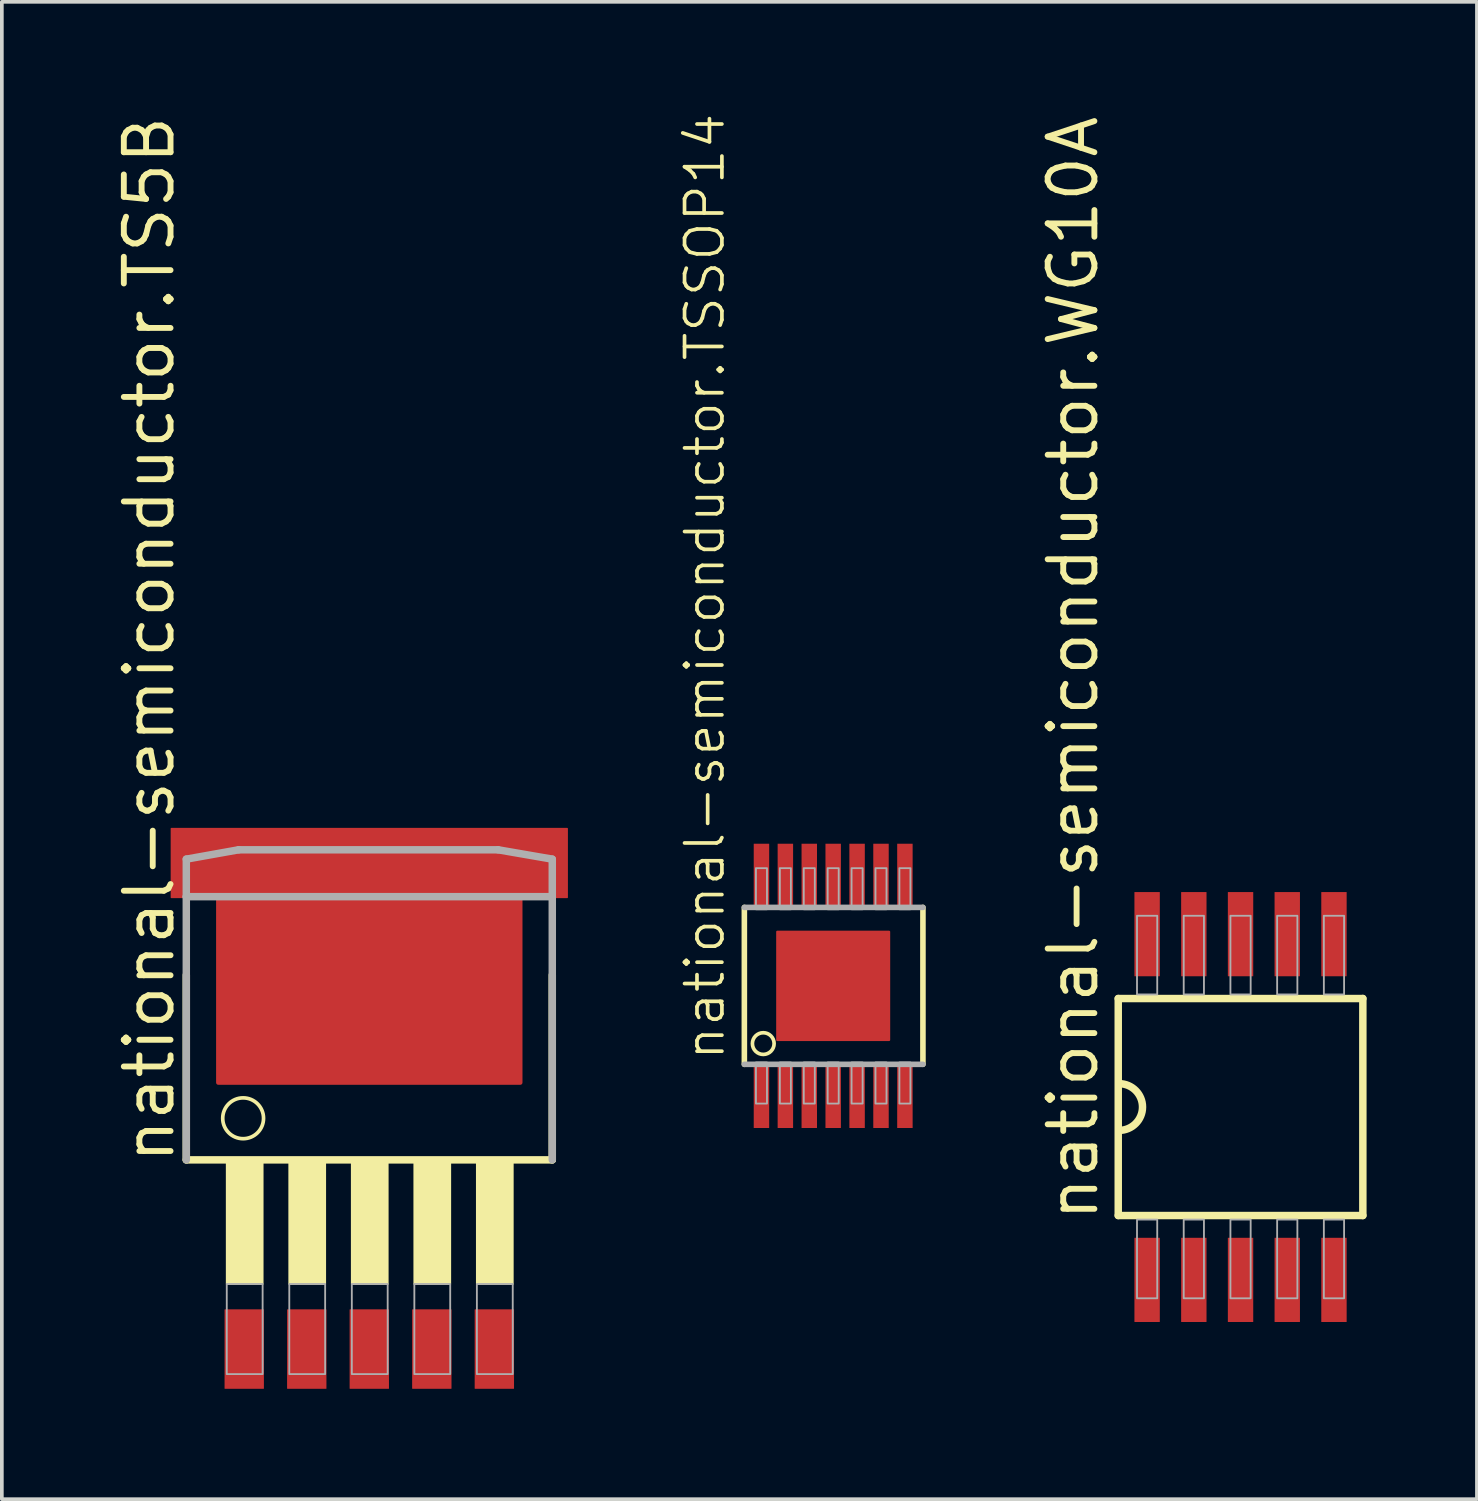
<source format=kicad_pcb>
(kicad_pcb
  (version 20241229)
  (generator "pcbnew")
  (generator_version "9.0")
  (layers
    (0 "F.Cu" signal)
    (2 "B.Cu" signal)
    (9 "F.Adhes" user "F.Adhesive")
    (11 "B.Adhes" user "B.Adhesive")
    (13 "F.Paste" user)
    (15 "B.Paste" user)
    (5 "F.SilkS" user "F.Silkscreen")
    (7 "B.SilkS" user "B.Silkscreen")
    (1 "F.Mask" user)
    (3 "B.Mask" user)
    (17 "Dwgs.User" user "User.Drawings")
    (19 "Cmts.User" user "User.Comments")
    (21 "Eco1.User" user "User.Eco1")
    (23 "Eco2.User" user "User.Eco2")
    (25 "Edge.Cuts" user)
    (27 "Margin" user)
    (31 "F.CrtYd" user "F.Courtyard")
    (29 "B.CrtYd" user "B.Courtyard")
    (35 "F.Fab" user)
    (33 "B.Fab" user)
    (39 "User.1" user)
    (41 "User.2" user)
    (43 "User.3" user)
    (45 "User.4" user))
  (footprint "national-semiconductor.TS5B"
    (layer "F.Cu")
    (at 6.99 27.078)
    (property "Reference" "national-semiconductor.TS5B" (at -5.24 1.572 90) (layer "F.SilkS") (effects (font (size 1.27 1.27) (thickness 0.16)) (justify left bottom)))
    (attr smd)
    (fp_line (start -4.975 1.405) (end -4.975 -3.62) (stroke (width 0.203) (type default)) (layer "F.SilkS"))
    (fp_line (start 4.975 -3.62) (end 4.975 1.405) (stroke (width 0.203) (type default)) (layer "F.SilkS"))
    (fp_line (start 4.975 1.405) (end -4.975 1.405) (stroke (width 0.203) (type default)) (layer "F.SilkS"))
    (fp_rect (start -3.875 4.78) (end -2.9 1.455) (stroke (width 0.05) (type default)) (fill yes) (layer "F.SilkS"))
    (fp_rect (start -2.175 4.78) (end -1.2 1.455) (stroke (width 0.05) (type default)) (fill yes) (layer "F.SilkS"))
    (fp_rect (start -0.475 4.78) (end 0.5 1.455) (stroke (width 0.05) (type default)) (fill yes) (layer "F.SilkS"))
    (fp_rect (start 1.225 4.78) (end 2.2 1.455) (stroke (width 0.05) (type default)) (fill yes) (layer "F.SilkS"))
    (fp_rect (start 2.925 4.78) (end 3.9 1.455) (stroke (width 0.05) (type default)) (fill yes) (layer "F.SilkS"))
    (fp_circle (center -3.43 0.275) (end -2.875 0.275) (stroke (width 0.1) (type default)) (fill no) (layer "F.SilkS"))
    (fp_line (start -4.975 -6.77) (end -3.55 -7.025) (stroke (width 0.203) (type default)) (layer "F.Fab"))
    (fp_line (start -4.975 -5.75) (end -4.975 -6.77) (stroke (width 0.203) (type default)) (layer "F.Fab"))
    (fp_line (start -4.975 -5.75) (end 4.975 -5.75) (stroke (width 0.203) (type default)) (layer "F.Fab"))
    (fp_line (start -4.975 1.405) (end -4.975 -5.75) (stroke (width 0.203) (type default)) (layer "F.Fab"))
    (fp_line (start -3.55 -7.025) (end 3.5 -7.025) (stroke (width 0.203) (type default)) (layer "F.Fab"))
    (fp_line (start 3.5 -7.025) (end 4.975 -6.77) (stroke (width 0.203) (type default)) (layer "F.Fab"))
    (fp_line (start 4.975 -6.77) (end 4.975 1.405) (stroke (width 0.203) (type default)) (layer "F.Fab"))
    (fp_rect (start -3.875 7.23) (end -2.9 4.78) (stroke (width 0.05) (type default)) (fill no) (layer "F.Fab"))
    (fp_rect (start -2.175 7.23) (end -1.2 4.78) (stroke (width 0.05) (type default)) (fill no) (layer "F.Fab"))
    (fp_rect (start -0.475 7.23) (end 0.5 4.78) (stroke (width 0.05) (type default)) (fill no) (layer "F.Fab"))
    (fp_rect (start 1.225 7.23) (end 2.2 4.78) (stroke (width 0.05) (type default)) (fill no) (layer "F.Fab"))
    (fp_rect (start 2.925 7.23) (end 3.9 4.78) (stroke (width 0.05) (type default)) (fill no) (layer "F.Fab"))
    (pad "1" smd roundrect (at -3.4 6.55 270) (size 2.16 1.07) (layers "F.Cu" "F.Mask" "F.Paste") (roundrect_rratio 0.01))
    (pad "2" smd roundrect (at -1.7 6.55 270) (size 2.16 1.07) (layers "F.Cu" "F.Mask" "F.Paste") (roundrect_rratio 0.01))
    (pad "3" smd roundrect (at 0 6.55 270) (size 2.16 1.07) (layers "F.Cu" "F.Mask" "F.Paste") (roundrect_rratio 0.01))
    (pad "4" smd roundrect (at 1.7 6.55 270) (size 2.16 1.07) (layers "F.Cu" "F.Mask" "F.Paste") (roundrect_rratio 0.01))
    (pad "5" smd roundrect (at 3.4 6.55 270) (size 2.16 1.07) (layers "F.Cu" "F.Mask" "F.Paste") (roundrect_rratio 0.01))
    (pad "TH@1" smd roundrect (at 0 -6.665 270) (size 1.91 10.8) (layers "F.Cu" "F.Mask" "F.Paste") (roundrect_rratio 0.01))
    (pad "TH@2" smd roundrect (at 0 -3.635 270) (size 6 8.33) (layers "F.Cu" "F.Mask" "F.Paste") (roundrect_rratio 0.01)))
  (footprint "national-semiconductor.WG10A"
    (layer "F.Cu")
    (at 30.677 27.047)
    (property "Reference" "national-semiconductor.WG10A" (at -3.81 3.175 90) (layer "F.SilkS") (effects (font (size 1.27 1.27) (thickness 0.16)) (justify left bottom)))
    (attr smd)
    (fp_line (start -3.325 -2.95) (end 3.325 -2.95) (stroke (width 0.203) (type default)) (layer "F.SilkS"))
    (fp_line (start -3.325 2.95) (end -3.325 -2.95) (stroke (width 0.203) (type default)) (layer "F.SilkS"))
    (fp_line (start 3.325 -2.95) (end 3.325 2.95) (stroke (width 0.203) (type default)) (layer "F.SilkS"))
    (fp_line (start 3.325 2.95) (end -3.325 2.95) (stroke (width 0.203) (type default)) (layer "F.SilkS"))
    (fp_arc (start -3.3 -0.635) (mid -2.665 0) (end -3.3 0.635) (stroke (width 0.2032) (type default)) (layer "F.SilkS"))
    (fp_rect (start -2.815 -3.06) (end -2.265 -5.2) (stroke (width 0.05) (type default)) (fill no) (layer "F.Fab"))
    (fp_rect (start -2.815 5.2) (end -2.265 3.06) (stroke (width 0.05) (type default)) (fill no) (layer "F.Fab"))
    (fp_rect (start -1.545 -3.06) (end -0.995 -5.2) (stroke (width 0.05) (type default)) (fill no) (layer "F.Fab"))
    (fp_rect (start -1.545 5.2) (end -0.995 3.06) (stroke (width 0.05) (type default)) (fill no) (layer "F.Fab"))
    (fp_rect (start -0.275 -3.06) (end 0.275 -5.2) (stroke (width 0.05) (type default)) (fill no) (layer "F.Fab"))
    (fp_rect (start -0.275 5.2) (end 0.275 3.06) (stroke (width 0.05) (type default)) (fill no) (layer "F.Fab"))
    (fp_rect (start 0.995 -3.06) (end 1.545 -5.2) (stroke (width 0.05) (type default)) (fill no) (layer "F.Fab"))
    (fp_rect (start 0.995 5.2) (end 1.545 3.06) (stroke (width 0.05) (type default)) (fill no) (layer "F.Fab"))
    (fp_rect (start 2.265 -3.06) (end 2.815 -5.2) (stroke (width 0.05) (type default)) (fill no) (layer "F.Fab"))
    (fp_rect (start 2.265 5.2) (end 2.815 3.06) (stroke (width 0.05) (type default)) (fill no) (layer "F.Fab"))
    (pad "1" smd roundrect (at -2.54 4.7) (size 0.69 2.29) (layers "F.Cu" "F.Mask" "F.Paste") (roundrect_rratio 0.01))
    (pad "2" smd roundrect (at -1.27 4.7) (size 0.69 2.29) (layers "F.Cu" "F.Mask" "F.Paste") (roundrect_rratio 0.01))
    (pad "3" smd roundrect (at 0 4.7) (size 0.69 2.29) (layers "F.Cu" "F.Mask" "F.Paste") (roundrect_rratio 0.01))
    (pad "4" smd roundrect (at 1.27 4.7) (size 0.69 2.29) (layers "F.Cu" "F.Mask" "F.Paste") (roundrect_rratio 0.01))
    (pad "5" smd roundrect (at 2.54 4.7) (size 0.69 2.29) (layers "F.Cu" "F.Mask" "F.Paste") (roundrect_rratio 0.01))
    (pad "6" smd roundrect (at 2.54 -4.7 180) (size 0.69 2.29) (layers "F.Cu" "F.Mask" "F.Paste") (roundrect_rratio 0.01))
    (pad "7" smd roundrect (at 1.27 -4.7 180) (size 0.69 2.29) (layers "F.Cu" "F.Mask" "F.Paste") (roundrect_rratio 0.01))
    (pad "8" smd roundrect (at 0 -4.7 180) (size 0.69 2.29) (layers "F.Cu" "F.Mask" "F.Paste") (roundrect_rratio 0.01))
    (pad "9" smd roundrect (at -1.27 -4.7 180) (size 0.69 2.29) (layers "F.Cu" "F.Mask" "F.Paste") (roundrect_rratio 0.01))
    (pad "10" smd roundrect (at -2.54 -4.7 180) (size 0.69 2.29) (layers "F.Cu" "F.Mask" "F.Paste") (roundrect_rratio 0.01)))
  (footprint "national-semiconductor.TSSOP14"
    (layer "F.Cu")
    (at 19.602 23.753)
    (property "Reference" "national-semiconductor.TSSOP14" (at -2.896 2.083 90) (layer "F.SilkS") (effects (font (size 1.016 1.016) (thickness 0.1)) (justify left bottom)))
    (attr smd)
    (fp_line (start -2.415 2.133) (end -2.415 -2.133) (stroke (width 0.152) (type default)) (layer "F.SilkS"))
    (fp_line (start 2.44 -2.133) (end 2.44 2.133) (stroke (width 0.152) (type default)) (layer "F.SilkS"))
    (fp_circle (center -1.901 1.569) (end -1.606 1.569) (stroke (width 0.1) (type default)) (fill no) (layer "F.SilkS"))
    (fp_line (start -2.415 2.133) (end 2.44 2.133) (stroke (width 0.152) (type default)) (layer "F.Fab"))
    (fp_line (start 2.44 -2.133) (end -2.415 -2.133) (stroke (width 0.152) (type default)) (layer "F.Fab"))
    (fp_rect (start -2.1 -2.083) (end -1.8 -3.2) (stroke (width 0.05) (type default)) (fill no) (layer "F.Fab"))
    (fp_rect (start -2.1 3.2) (end -1.8 2.083) (stroke (width 0.05) (type default)) (fill no) (layer "F.Fab"))
    (fp_rect (start -1.45 -2.083) (end -1.15 -3.2) (stroke (width 0.05) (type default)) (fill no) (layer "F.Fab"))
    (fp_rect (start -1.45 3.2) (end -1.15 2.083) (stroke (width 0.05) (type default)) (fill no) (layer "F.Fab"))
    (fp_rect (start -0.8 -2.083) (end -0.5 -3.2) (stroke (width 0.05) (type default)) (fill no) (layer "F.Fab"))
    (fp_rect (start -0.8 3.2) (end -0.5 2.083) (stroke (width 0.05) (type default)) (fill no) (layer "F.Fab"))
    (fp_rect (start -0.15 -2.083) (end 0.15 -3.2) (stroke (width 0.05) (type default)) (fill no) (layer "F.Fab"))
    (fp_rect (start -0.15 3.2) (end 0.15 2.083) (stroke (width 0.05) (type default)) (fill no) (layer "F.Fab"))
    (fp_rect (start 0.5 -2.083) (end 0.8 -3.2) (stroke (width 0.05) (type default)) (fill no) (layer "F.Fab"))
    (fp_rect (start 0.5 3.2) (end 0.8 2.083) (stroke (width 0.05) (type default)) (fill no) (layer "F.Fab"))
    (fp_rect (start 1.15 -2.083) (end 1.45 -3.2) (stroke (width 0.05) (type default)) (fill no) (layer "F.Fab"))
    (fp_rect (start 1.15 3.2) (end 1.45 2.083) (stroke (width 0.05) (type default)) (fill no) (layer "F.Fab"))
    (fp_rect (start 1.8 -2.083) (end 2.1 -3.2) (stroke (width 0.05) (type default)) (fill no) (layer "F.Fab"))
    (fp_rect (start 1.8 3.2) (end 2.1 2.083) (stroke (width 0.05) (type default)) (fill no) (layer "F.Fab"))
    (pad "1" smd roundrect (at -1.95 2.975) (size 0.42 1.78) (layers "F.Cu" "F.Mask" "F.Paste") (roundrect_rratio 0.01))
    (pad "2" smd roundrect (at -1.3 2.975) (size 0.42 1.78) (layers "F.Cu" "F.Mask" "F.Paste") (roundrect_rratio 0.01))
    (pad "3" smd roundrect (at -0.65 2.975) (size 0.42 1.78) (layers "F.Cu" "F.Mask" "F.Paste") (roundrect_rratio 0.01))
    (pad "4" smd roundrect (at 0 2.975) (size 0.42 1.78) (layers "F.Cu" "F.Mask" "F.Paste") (roundrect_rratio 0.01))
    (pad "5" smd roundrect (at 0.65 2.975) (size 0.42 1.78) (layers "F.Cu" "F.Mask" "F.Paste") (roundrect_rratio 0.01))
    (pad "6" smd roundrect (at 1.3 2.975) (size 0.42 1.78) (layers "F.Cu" "F.Mask" "F.Paste") (roundrect_rratio 0.01))
    (pad "7" smd roundrect (at 1.95 2.975) (size 0.42 1.78) (layers "F.Cu" "F.Mask" "F.Paste") (roundrect_rratio 0.01))
    (pad "8" smd roundrect (at 1.95 -2.975) (size 0.42 1.78) (layers "F.Cu" "F.Mask" "F.Paste") (roundrect_rratio 0.01))
    (pad "9" smd roundrect (at 1.3 -2.975) (size 0.42 1.78) (layers "F.Cu" "F.Mask" "F.Paste") (roundrect_rratio 0.01))
    (pad "10" smd roundrect (at 0.65 -2.975) (size 0.42 1.78) (layers "F.Cu" "F.Mask" "F.Paste") (roundrect_rratio 0.01))
    (pad "11" smd roundrect (at 0 -2.975) (size 0.42 1.78) (layers "F.Cu" "F.Mask" "F.Paste") (roundrect_rratio 0.01))
    (pad "12" smd roundrect (at -0.65 -2.975) (size 0.42 1.78) (layers "F.Cu" "F.Mask" "F.Paste") (roundrect_rratio 0.01))
    (pad "13" smd roundrect (at -1.3 -2.975) (size 0.42 1.78) (layers "F.Cu" "F.Mask" "F.Paste") (roundrect_rratio 0.01))
    (pad "14" smd roundrect (at -1.95 -2.975) (size 0.42 1.78) (layers "F.Cu" "F.Mask" "F.Paste") (roundrect_rratio 0.01))
    (pad "EXP" smd roundrect (at 0 0) (size 3.1 3) (layers "F.Cu" "F.Mask" "F.Paste") (roundrect_rratio 0.01)))
  (gr_rect
    (start -3 -3)
    (end 37.104 37.708)
    (stroke (width 0.1) (type default))
    (fill no)
    (layer "Edge.Cuts")))
</source>
